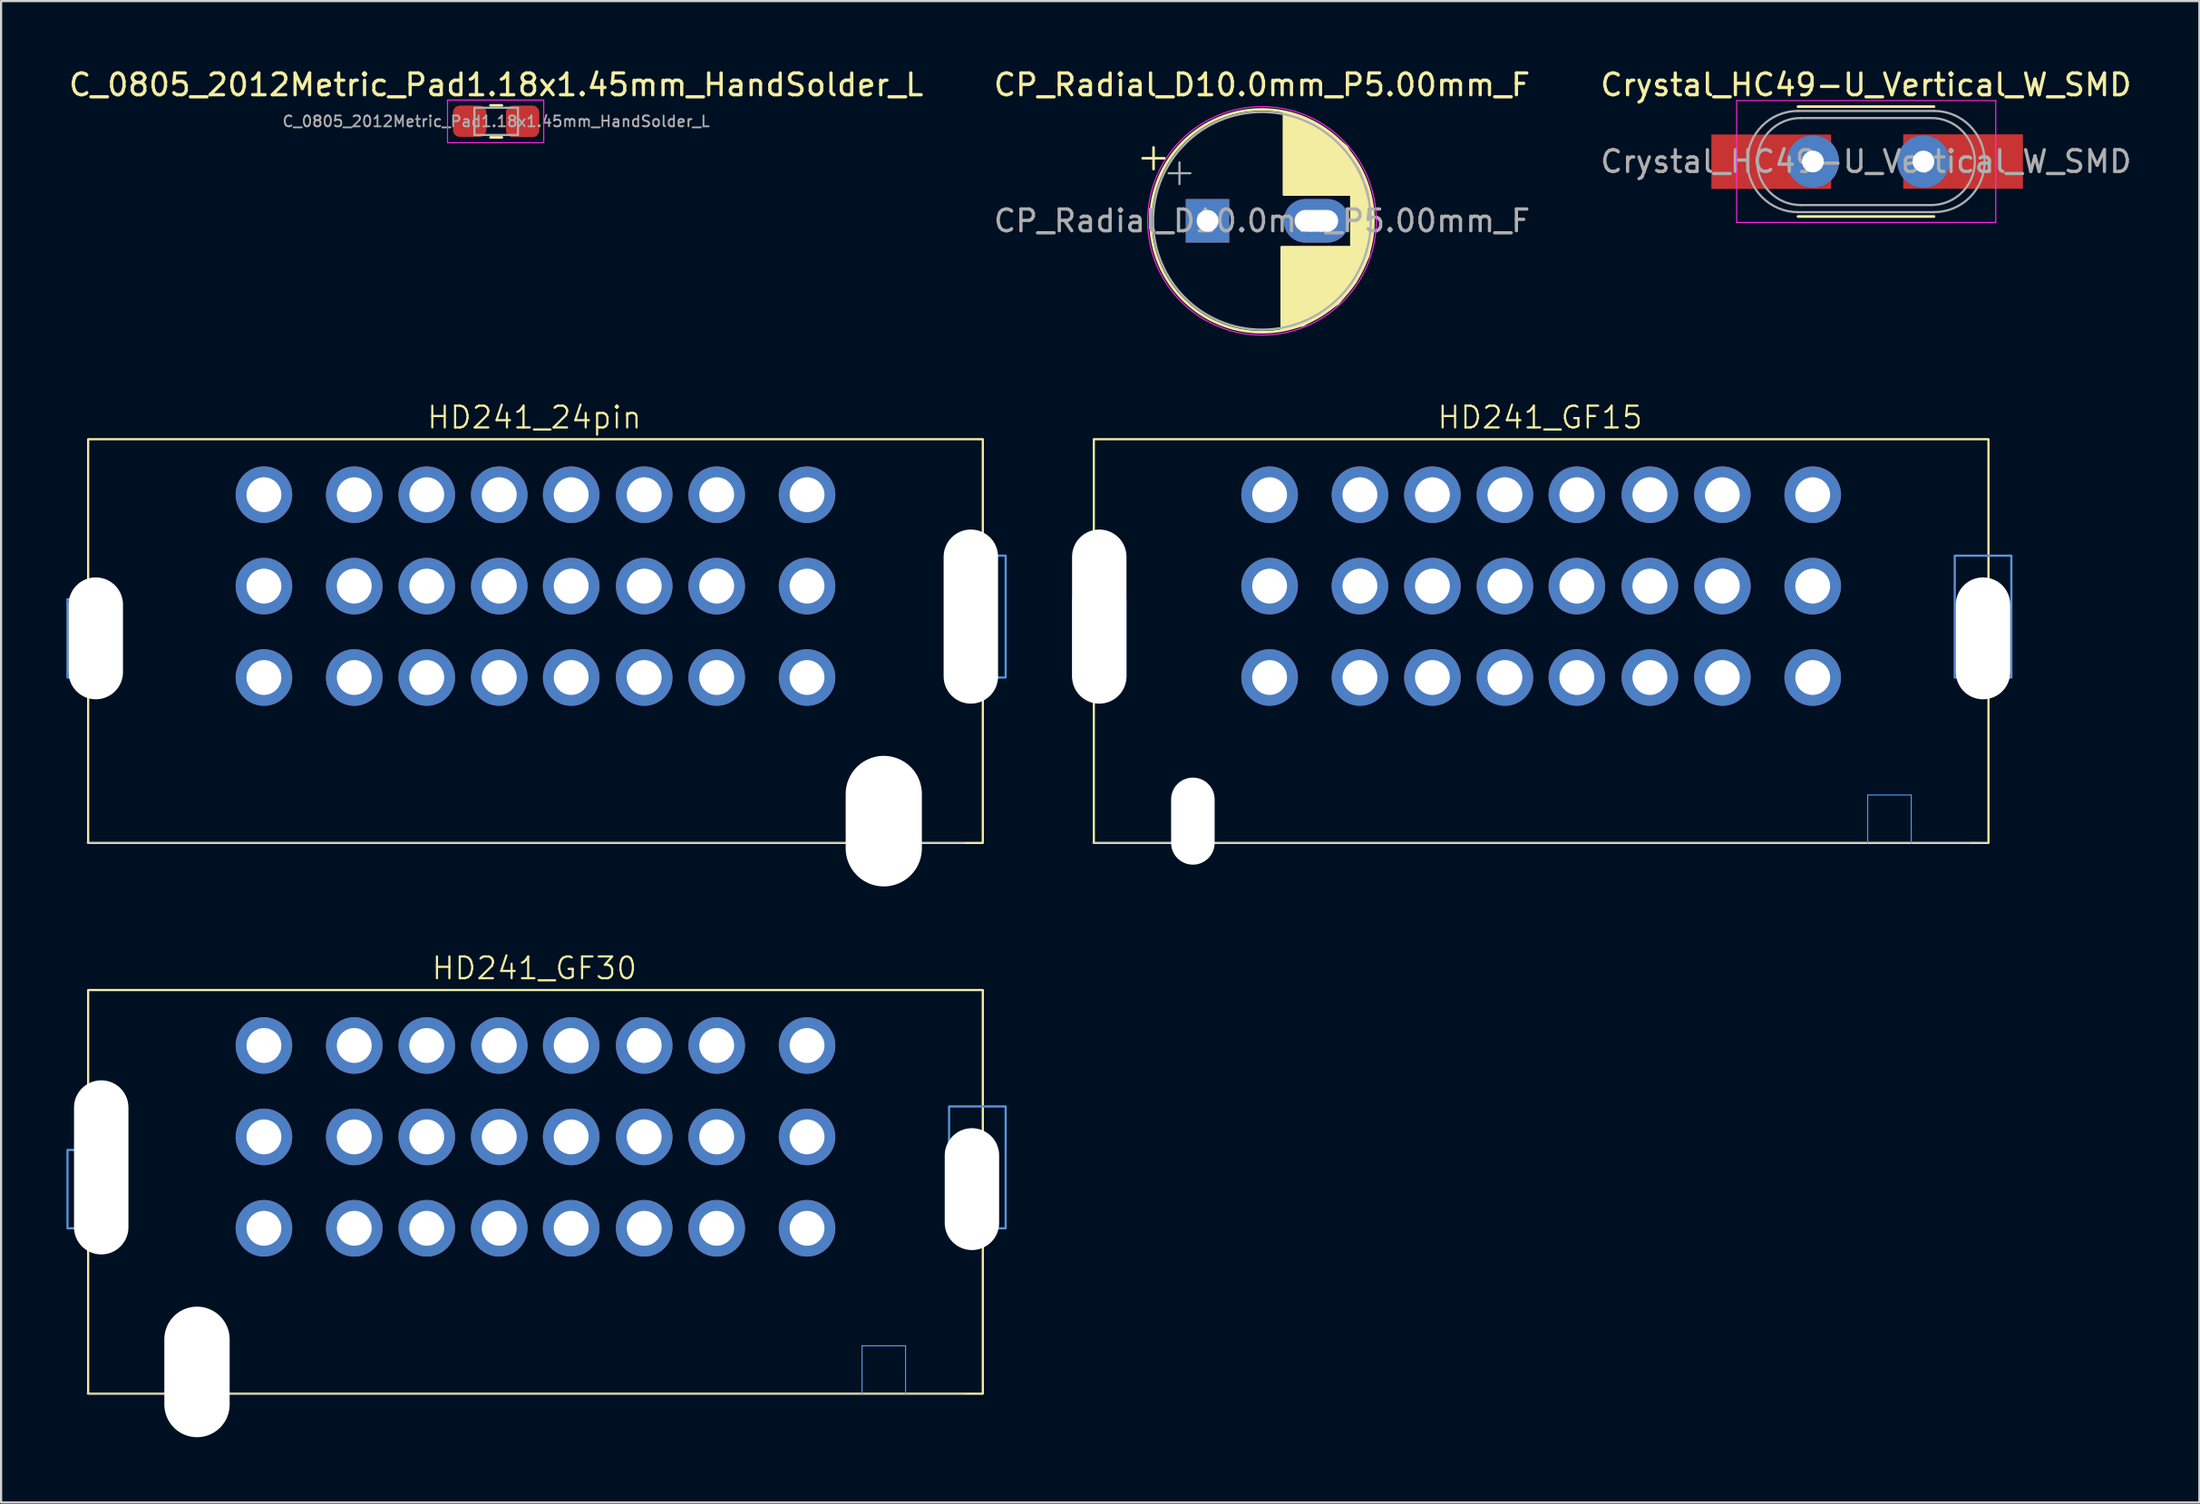
<source format=kicad_pcb>
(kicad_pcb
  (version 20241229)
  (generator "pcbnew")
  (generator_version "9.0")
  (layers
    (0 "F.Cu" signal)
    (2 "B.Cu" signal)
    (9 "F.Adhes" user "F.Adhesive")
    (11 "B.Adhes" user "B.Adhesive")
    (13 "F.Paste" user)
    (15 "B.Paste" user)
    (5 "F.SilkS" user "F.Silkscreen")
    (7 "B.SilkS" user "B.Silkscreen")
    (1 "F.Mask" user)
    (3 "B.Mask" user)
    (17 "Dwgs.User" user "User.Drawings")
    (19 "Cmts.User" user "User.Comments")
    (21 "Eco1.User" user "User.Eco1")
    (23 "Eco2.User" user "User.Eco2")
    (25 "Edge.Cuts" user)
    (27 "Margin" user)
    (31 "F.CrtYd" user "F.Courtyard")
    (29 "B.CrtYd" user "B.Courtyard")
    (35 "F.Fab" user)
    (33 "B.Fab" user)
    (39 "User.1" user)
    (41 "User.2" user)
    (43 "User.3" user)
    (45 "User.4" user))
  (footprint "HD241_24pin"
    (layer "F.Cu")
    (at 21.55 19.684)
    (property "Reference" "HD241_24pin" (at -0.05 -3.55 0) (unlocked yes) (layer "F.SilkS") (effects (font (size 1 1) (thickness 0.1))))
    (attr through_hole)
    (fp_rect (start -20.55 -2.55) (end 20.55 16) (stroke (width 0.1) (type default)) (fill no) (layer "F.SilkS"))
    (fp_line (start 19.7 16) (end -20.6 16) (stroke (width 0.05) (type default)) (layer "Dwgs.User"))
    (fp_line (start 15 13.8) (end 15 16) (stroke (width 0.05) (type default)) (layer "Cmts.User"))
    (fp_line (start 15 13.8) (end 17 13.8) (stroke (width 0.05) (type default)) (layer "Cmts.User"))
    (fp_line (start 17 13.8) (end 17 16) (stroke (width 0.05) (type default)) (layer "Cmts.User"))
    (fp_rect (start -21.5 8.4) (end -19.1 4.8) (stroke (width 0.1) (type default)) (fill no) (layer "Cmts.User"))
    (fp_rect (start 19 8.4) (end 21.6 2.8) (stroke (width 0.1) (type default)) (fill no) (layer "Cmts.User"))
    (pad "" np_thru_hole oval (at -20.2 6.6) (size 2.5 5.6) (drill oval 2.5 5.6) (layers "*.Cu" "*.Mask"))
    (pad "" np_thru_hole oval (at 16 15) (size 3.5 6) (drill oval 3.5 6) (layers "*.Cu" "*.Mask"))
    (pad "" np_thru_hole oval (at 20 5.6) (size 2.5 8) (drill oval 2.5 8) (layers "*.Cu" "*.Mask"))
    (pad "1" thru_hole circle (at -12.475 0) (size 2.6 2.6) (drill 1.6) (layers "*.Cu" "*.Mask"))
    (pad "2" thru_hole circle (at -8.325 0) (size 2.6 2.6) (drill 1.6) (layers "*.Cu" "*.Mask"))
    (pad "3" thru_hole circle (at -4.995 0) (size 2.6 2.6) (drill 1.6) (layers "*.Cu" "*.Mask"))
    (pad "4" thru_hole circle (at -1.665 0) (size 2.6 2.6) (drill 1.6) (layers "*.Cu" "*.Mask"))
    (pad "5" thru_hole circle (at 1.64 0) (size 2.6 2.6) (drill 1.6) (layers "*.Cu" "*.Mask"))
    (pad "6" thru_hole circle (at 4.995 0) (size 2.6 2.6) (drill 1.6) (layers "*.Cu" "*.Mask"))
    (pad "7" thru_hole circle (at 8.325 0) (size 2.6 2.6) (drill 1.6) (layers "*.Cu" "*.Mask"))
    (pad "8" thru_hole circle (at 12.475 0) (size 2.6 2.6) (drill 1.6) (layers "*.Cu" "*.Mask"))
    (pad "9" thru_hole circle (at -12.475 4.2) (size 2.6 2.6) (drill 1.6) (layers "*.Cu" "*.Mask"))
    (pad "10" thru_hole circle (at -8.325 4.2) (size 2.6 2.6) (drill 1.6) (layers "*.Cu" "*.Mask"))
    (pad "11" thru_hole circle (at -4.995 4.2) (size 2.6 2.6) (drill 1.6) (layers "*.Cu" "*.Mask"))
    (pad "12" thru_hole circle (at -1.665 4.2) (size 2.6 2.6) (drill 1.6) (layers "*.Cu" "*.Mask"))
    (pad "13" thru_hole circle (at 1.64 4.2) (size 2.6 2.6) (drill 1.6) (layers "*.Cu" "*.Mask"))
    (pad "14" thru_hole circle (at 4.995 4.2) (size 2.6 2.6) (drill 1.6) (layers "*.Cu" "*.Mask"))
    (pad "15" thru_hole circle (at 8.325 4.2) (size 2.6 2.6) (drill 1.6) (layers "*.Cu" "*.Mask"))
    (pad "16" thru_hole circle (at 12.475 4.2) (size 2.6 2.6) (drill 1.6) (layers "*.Cu" "*.Mask"))
    (pad "17" thru_hole circle (at -12.475 8.4) (size 2.6 2.6) (drill 1.6) (layers "*.Cu" "*.Mask"))
    (pad "18" thru_hole circle (at -8.325 8.4) (size 2.6 2.6) (drill 1.6) (layers "*.Cu" "*.Mask"))
    (pad "19" thru_hole circle (at -4.995 8.4) (size 2.6 2.6) (drill 1.6) (layers "*.Cu" "*.Mask"))
    (pad "20" thru_hole circle (at -1.665 8.4) (size 2.6 2.6) (drill 1.6) (layers "*.Cu" "*.Mask"))
    (pad "21" thru_hole circle (at 1.64 8.4) (size 2.6 2.6) (drill 1.6) (layers "*.Cu" "*.Mask"))
    (pad "22" thru_hole circle (at 4.995 8.4) (size 2.6 2.6) (drill 1.6) (layers "*.Cu" "*.Mask"))
    (pad "23" thru_hole circle (at 8.325 8.4) (size 2.6 2.6) (drill 1.6) (layers "*.Cu" "*.Mask"))
    (pad "24" thru_hole circle (at 12.475 8.4) (size 2.6 2.6) (drill 1.6) (layers "*.Cu" "*.Mask")))
  (footprint "HD241_GF30"
    (layer "F.Cu")
    (at 1 42.444)
    (property "Reference" "HD241_GF30" (at 20.5 -1 0) (unlocked yes) (layer "F.SilkS") (effects (font (size 1 1) (thickness 0.1))))
    (attr through_hole)
    (fp_rect (start 0 0) (end 41.1 18.55) (stroke (width 0.1) (type default)) (fill no) (layer "F.SilkS"))
    (fp_line (start 40.25 18.55) (end -0.05 18.55) (stroke (width 0.05) (type default)) (layer "Dwgs.User"))
    (fp_line (start 35.55 16.35) (end 35.55 18.55) (stroke (width 0.05) (type default)) (layer "Cmts.User"))
    (fp_line (start 35.55 16.35) (end 37.55 16.35) (stroke (width 0.05) (type default)) (layer "Cmts.User"))
    (fp_line (start 37.55 16.35) (end 37.55 18.55) (stroke (width 0.05) (type default)) (layer "Cmts.User"))
    (fp_rect (start -0.95 10.95) (end 1.45 7.35) (stroke (width 0.1) (type default)) (fill no) (layer "Cmts.User"))
    (fp_rect (start 39.55 10.95) (end 42.15 5.35) (stroke (width 0.1) (type default)) (fill no) (layer "Cmts.User"))
    (pad "" np_thru_hole oval (at 0.6 8.15) (size 2.5 8) (drill oval 2.5 8) (layers "*.Cu" "*.Mask"))
    (pad "" np_thru_hole oval (at 5 17.55) (size 3 6) (drill oval 3 6) (layers "*.Cu" "*.Mask"))
    (pad "" np_thru_hole oval (at 40.6 9.15) (size 2.5 5.6) (drill oval 2.5 5.6) (layers "*.Cu" "*.Mask"))
    (pad "1" thru_hole circle (at 8.075 2.55) (size 2.6 2.6) (drill 1.6) (layers "*.Cu" "*.Mask"))
    (pad "2" thru_hole circle (at 12.225 2.55) (size 2.6 2.6) (drill 1.6) (layers "*.Cu" "*.Mask"))
    (pad "3" thru_hole circle (at 15.555 2.55) (size 2.6 2.6) (drill 1.6) (layers "*.Cu" "*.Mask"))
    (pad "4" thru_hole circle (at 18.885 2.55) (size 2.6 2.6) (drill 1.6) (layers "*.Cu" "*.Mask"))
    (pad "5" thru_hole circle (at 22.19 2.55) (size 2.6 2.6) (drill 1.6) (layers "*.Cu" "*.Mask"))
    (pad "6" thru_hole circle (at 25.545 2.55) (size 2.6 2.6) (drill 1.6) (layers "*.Cu" "*.Mask"))
    (pad "7" thru_hole circle (at 28.875 2.55) (size 2.6 2.6) (drill 1.6) (layers "*.Cu" "*.Mask"))
    (pad "8" thru_hole circle (at 33.025 2.55) (size 2.6 2.6) (drill 1.6) (layers "*.Cu" "*.Mask"))
    (pad "9" thru_hole circle (at 8.075 6.75) (size 2.6 2.6) (drill 1.6) (layers "*.Cu" "*.Mask"))
    (pad "10" thru_hole circle (at 12.225 6.75) (size 2.6 2.6) (drill 1.6) (layers "*.Cu" "*.Mask"))
    (pad "11" thru_hole circle (at 15.555 6.75) (size 2.6 2.6) (drill 1.6) (layers "*.Cu" "*.Mask"))
    (pad "12" thru_hole circle (at 18.885 6.75) (size 2.6 2.6) (drill 1.6) (layers "*.Cu" "*.Mask"))
    (pad "13" thru_hole circle (at 22.19 6.75) (size 2.6 2.6) (drill 1.6) (layers "*.Cu" "*.Mask"))
    (pad "14" thru_hole circle (at 25.545 6.75) (size 2.6 2.6) (drill 1.6) (layers "*.Cu" "*.Mask"))
    (pad "15" thru_hole circle (at 28.875 6.75) (size 2.6 2.6) (drill 1.6) (layers "*.Cu" "*.Mask"))
    (pad "16" thru_hole circle (at 33.025 6.75) (size 2.6 2.6) (drill 1.6) (layers "*.Cu" "*.Mask"))
    (pad "17" thru_hole circle (at 8.075 10.95) (size 2.6 2.6) (drill 1.6) (layers "*.Cu" "*.Mask"))
    (pad "18" thru_hole circle (at 12.225 10.95) (size 2.6 2.6) (drill 1.6) (layers "*.Cu" "*.Mask"))
    (pad "19" thru_hole circle (at 15.555 10.95) (size 2.6 2.6) (drill 1.6) (layers "*.Cu" "*.Mask"))
    (pad "20" thru_hole circle (at 18.885 10.95) (size 2.6 2.6) (drill 1.6) (layers "*.Cu" "*.Mask"))
    (pad "21" thru_hole circle (at 22.19 10.95) (size 2.6 2.6) (drill 1.6) (layers "*.Cu" "*.Mask"))
    (pad "22" thru_hole circle (at 25.545 10.95) (size 2.6 2.6) (drill 1.6) (layers "*.Cu" "*.Mask"))
    (pad "23" thru_hole circle (at 28.875 10.95) (size 2.6 2.6) (drill 1.6) (layers "*.Cu" "*.Mask"))
    (pad "24" thru_hole circle (at 33.025 10.95) (size 2.6 2.6) (drill 1.6) (layers "*.Cu" "*.Mask")))
  (footprint "CP_Radial_D10.0mm_P5.00mm_F"
    (layer "F.Cu")
    (at 52.423 7.098)
    (property "Reference" "CP_Radial_D10.0mm_P5.00mm_F" (at 2.5 -6.25 0) (layer "F.SilkS") (effects (font (size 1 1) (thickness 0.15))))
    (attr through_hole)
    (fp_line (start -2.98 -2.875) (end -1.98 -2.875) (stroke (width 0.12) (type solid)) (layer "F.SilkS"))
    (fp_line (start -2.48 -3.375) (end -2.48 -2.375) (stroke (width 0.12) (type solid)) (layer "F.SilkS"))
    (fp_circle (center 2.5 0) (end 7.62 0) (stroke (width 0.12) (type solid)) (fill no) (layer "F.SilkS"))
    (fp_poly (pts (xy 3.5 -1.2) (xy 3.5 -5) (xy 4.2 -4.8) (xy 5.4 -4.2) (xy 6.4 -3.4) (xy 7.2 -1.8) (xy 7.6 -0.4) (xy 7.4 1.6) (xy 6.8 2.8) (xy 6 3.8) (xy 4.4 4.8) (xy 3.4 5) (xy 3.4 1.2) (xy 6.6 1.2) (xy 6.6 -1.2)) (stroke (width 0.1) (type solid)) (fill yes) (layer "F.SilkS"))
    (fp_circle (center 2.5 0) (end 7.75 0) (stroke (width 0.05) (type solid)) (fill no) (layer "F.CrtYd"))
    (fp_line (start -1.789 -2.188) (end -0.789 -2.188) (stroke (width 0.1) (type solid)) (layer "F.Fab"))
    (fp_line (start -1.289 -2.688) (end -1.289 -1.688) (stroke (width 0.1) (type solid)) (layer "F.Fab"))
    (fp_circle (center 2.5 0) (end 7.5 0) (stroke (width 0.1) (type solid)) (fill no) (layer "F.Fab"))
    (fp_text user "${REFERENCE}" (at 2.5 0 0) (layer "F.Fab") (effects (font (size 1 1) (thickness 0.15))))
    (pad "1" thru_hole rect (at 0 0) (size 2 2) (drill 1) (layers "*.Cu" "*.Mask"))
    (pad "2" thru_hole oval (at 5 0) (size 3 2) (drill oval 2 1) (layers "*.Cu" "*.Mask")))
  (footprint "Crystal_HC49-U_Vertical_W_SMD"
    (layer "F.Cu")
    (at 80.233 4.373)
    (property "Reference" "Crystal_HC49-U_Vertical_W_SMD" (at 2.44 -3.525 0) (layer "F.SilkS") (effects (font (size 1 1) (thickness 0.15))))
    (attr through_hole)
    (fp_line (start -0.685 -2.525) (end 5.565 -2.525) (stroke (width 0.12) (type solid)) (layer "F.SilkS"))
    (fp_line (start -0.685 2.525) (end 5.565 2.525) (stroke (width 0.12) (type solid)) (layer "F.SilkS"))
    (fp_line (start -3.5 -2.8) (end -3.5 2.8) (stroke (width 0.05) (type solid)) (layer "F.CrtYd"))
    (fp_line (start -3.5 2.8) (end 8.4 2.8) (stroke (width 0.05) (type solid)) (layer "F.CrtYd"))
    (fp_line (start 8.4 -2.8) (end -3.5 -2.8) (stroke (width 0.05) (type solid)) (layer "F.CrtYd"))
    (fp_line (start 8.4 2.8) (end 8.4 -2.8) (stroke (width 0.05) (type solid)) (layer "F.CrtYd"))
    (fp_line (start -0.685 -2.325) (end 5.565 -2.325) (stroke (width 0.1) (type solid)) (layer "F.Fab"))
    (fp_line (start -0.685 2.325) (end 5.565 2.325) (stroke (width 0.1) (type solid)) (layer "F.Fab"))
    (fp_line (start -0.56 -2) (end 5.44 -2) (stroke (width 0.1) (type solid)) (layer "F.Fab"))
    (fp_line (start -0.56 2) (end 5.44 2) (stroke (width 0.1) (type solid)) (layer "F.Fab"))
    (fp_arc (start -0.685 2.325) (mid -3.01 0) (end -0.685 -2.325) (stroke (width 0.1) (type solid)) (layer "F.Fab"))
    (fp_arc (start -0.56 2) (mid -2.56 0) (end -0.56 -2) (stroke (width 0.1) (type solid)) (layer "F.Fab"))
    (fp_arc (start 5.44 -2) (mid 7.44 0) (end 5.44 2) (stroke (width 0.1) (type solid)) (layer "F.Fab"))
    (fp_arc (start 5.565 -2.325) (mid 7.89 0) (end 5.565 2.325) (stroke (width 0.1) (type solid)) (layer "F.Fab"))
    (fp_text user "${REFERENCE}" (at 2.44 0 0) (layer "F.Fab") (effects (font (size 1 1) (thickness 0.15))))
    (pad "1" thru_hole circle (at 0 0) (size 2.4 2.4) (drill 1) (layers "*.Cu" "*.Mask"))
    (pad "1" smd rect (at 0 0) (size 5.5 2.5) (drill (offset -1.913 0.008)) (layers "F.Cu" "F.Mask" "F.Paste"))
    (pad "2" smd rect (at 4.9 0) (size 5.5 2.5) (drill (offset 2 0)) (layers "F.Cu" "F.Mask" "F.Paste"))
    (pad "2" thru_hole circle (at 5.08 0) (size 2.4 2.4) (drill 1) (layers "*.Cu" "*.Mask")))
  (footprint "HD241_GF15"
    (layer "F.Cu")
    (at 67.75 19.684)
    (property "Reference" "HD241_GF15" (at -0.05 -3.55 0) (unlocked yes) (layer "F.SilkS") (effects (font (size 1 1) (thickness 0.1))))
    (attr through_hole)
    (fp_rect (start -20.55 -2.55) (end 20.55 16) (stroke (width 0.1) (type default)) (fill no) (layer "F.SilkS"))
    (fp_line (start 19.7 16) (end -20.6 16) (stroke (width 0.05) (type default)) (layer "Dwgs.User"))
    (fp_line (start 15 13.8) (end 15 16) (stroke (width 0.05) (type default)) (layer "Cmts.User"))
    (fp_line (start 15 13.8) (end 17 13.8) (stroke (width 0.05) (type default)) (layer "Cmts.User"))
    (fp_line (start 17 13.8) (end 17 16) (stroke (width 0.05) (type default)) (layer "Cmts.User"))
    (fp_rect (start -21.5 8.4) (end -19.1 4.8) (stroke (width 0.1) (type default)) (fill no) (layer "Cmts.User"))
    (fp_rect (start 19 8.4) (end 21.6 2.8) (stroke (width 0.1) (type default)) (fill no) (layer "Cmts.User"))
    (fp_line (start 17 16) (end 20.5 16) (stroke (width 0.05) (type default)) (layer "Edge.Cuts"))
    (pad "" np_thru_hole oval (at -20.3 5.6) (size 2.5 8) (drill oval 2.5 8) (layers "*.Cu" "*.Mask"))
    (pad "" np_thru_hole oval (at -16 15) (size 2 4) (drill oval 3.5 4) (layers "*.Cu" "*.Mask"))
    (pad "" np_thru_hole oval (at 20.3 6.6) (size 2.5 5.6) (drill oval 2.5 5.6) (layers "*.Cu" "*.Mask"))
    (pad "1" thru_hole circle (at -12.475 0) (size 2.6 2.6) (drill 1.6) (layers "*.Cu" "*.Mask"))
    (pad "2" thru_hole circle (at -8.325 0) (size 2.6 2.6) (drill 1.6) (layers "*.Cu" "*.Mask"))
    (pad "3" thru_hole circle (at -4.995 0) (size 2.6 2.6) (drill 1.6) (layers "*.Cu" "*.Mask"))
    (pad "4" thru_hole circle (at -1.665 0) (size 2.6 2.6) (drill 1.6) (layers "*.Cu" "*.Mask"))
    (pad "5" thru_hole circle (at 1.64 0) (size 2.6 2.6) (drill 1.6) (layers "*.Cu" "*.Mask"))
    (pad "6" thru_hole circle (at 4.995 0) (size 2.6 2.6) (drill 1.6) (layers "*.Cu" "*.Mask"))
    (pad "7" thru_hole circle (at 8.325 0) (size 2.6 2.6) (drill 1.6) (layers "*.Cu" "*.Mask"))
    (pad "8" thru_hole circle (at 12.475 0) (size 2.6 2.6) (drill 1.6) (layers "*.Cu" "*.Mask"))
    (pad "9" thru_hole circle (at -12.475 4.2) (size 2.6 2.6) (drill 1.6) (layers "*.Cu" "*.Mask"))
    (pad "10" thru_hole circle (at -8.325 4.2) (size 2.6 2.6) (drill 1.6) (layers "*.Cu" "*.Mask"))
    (pad "11" thru_hole circle (at -4.995 4.2) (size 2.6 2.6) (drill 1.6) (layers "*.Cu" "*.Mask"))
    (pad "12" thru_hole circle (at -1.665 4.2) (size 2.6 2.6) (drill 1.6) (layers "*.Cu" "*.Mask"))
    (pad "13" thru_hole circle (at 1.64 4.2) (size 2.6 2.6) (drill 1.6) (layers "*.Cu" "*.Mask"))
    (pad "14" thru_hole circle (at 4.995 4.2) (size 2.6 2.6) (drill 1.6) (layers "*.Cu" "*.Mask"))
    (pad "15" thru_hole circle (at 8.325 4.2) (size 2.6 2.6) (drill 1.6) (layers "*.Cu" "*.Mask"))
    (pad "16" thru_hole circle (at 12.475 4.2) (size 2.6 2.6) (drill 1.6) (layers "*.Cu" "*.Mask"))
    (pad "17" thru_hole circle (at -12.475 8.4) (size 2.6 2.6) (drill 1.6) (layers "*.Cu" "*.Mask"))
    (pad "18" thru_hole circle (at -8.325 8.4) (size 2.6 2.6) (drill 1.6) (layers "*.Cu" "*.Mask"))
    (pad "19" thru_hole circle (at -4.995 8.4) (size 2.6 2.6) (drill 1.6) (layers "*.Cu" "*.Mask"))
    (pad "20" thru_hole circle (at -1.665 8.4) (size 2.6 2.6) (drill 1.6) (layers "*.Cu" "*.Mask"))
    (pad "21" thru_hole circle (at 1.64 8.4) (size 2.6 2.6) (drill 1.6) (layers "*.Cu" "*.Mask"))
    (pad "22" thru_hole circle (at 4.995 8.4) (size 2.6 2.6) (drill 1.6) (layers "*.Cu" "*.Mask"))
    (pad "23" thru_hole circle (at 8.325 8.4) (size 2.6 2.6) (drill 1.6) (layers "*.Cu" "*.Mask"))
    (pad "24" thru_hole circle (at 12.475 8.4) (size 2.6 2.6) (drill 1.6) (layers "*.Cu" "*.Mask")))
  (footprint "C_0805_2012Metric_Pad1.18x1.45mm_HandSolder_L"
    (layer "F.Cu")
    (at 19.744 2.528)
    (property "Reference" "C_0805_2012Metric_Pad1.18x1.45mm_HandSolder_L" (at 0 -1.68 0) (layer "F.SilkS") (effects (font (size 1 1) (thickness 0.15))))
    (attr smd)
    (fp_line (start -0.261 -0.735) (end 0.261 -0.735) (stroke (width 0.12) (type solid)) (layer "F.SilkS"))
    (fp_line (start -0.261 0.735) (end 0.261 0.735) (stroke (width 0.12) (type solid)) (layer "F.SilkS"))
    (fp_line (start -2.235 -0.98) (end 2.184 -0.98) (stroke (width 0.05) (type solid)) (layer "F.CrtYd"))
    (fp_line (start -2.235 0.98) (end -2.235 -0.98) (stroke (width 0.05) (type solid)) (layer "F.CrtYd"))
    (fp_line (start 2.184 -0.98) (end 2.184 0.98) (stroke (width 0.05) (type solid)) (layer "F.CrtYd"))
    (fp_line (start 2.184 0.98) (end -2.235 0.98) (stroke (width 0.05) (type solid)) (layer "F.CrtYd"))
    (fp_line (start -1 -0.625) (end 1 -0.625) (stroke (width 0.1) (type solid)) (layer "F.Fab"))
    (fp_line (start -1 0.625) (end -1 -0.625) (stroke (width 0.1) (type solid)) (layer "F.Fab"))
    (fp_line (start 1 -0.625) (end 1 0.625) (stroke (width 0.1) (type solid)) (layer "F.Fab"))
    (fp_line (start 1 0.625) (end -1 0.625) (stroke (width 0.1) (type solid)) (layer "F.Fab"))
    (fp_text user "${REFERENCE}" (at 0 0 0) (layer "F.Fab") (effects (font (size 0.5 0.5) (thickness 0.08))))
    (pad "1" smd roundrect (at -1.216 -0.007) (size 1.531 1.436) (layers "F.Cu" "F.Mask" "F.Paste") (roundrect_rratio 0.213))
    (pad "2" smd roundrect (at 1.216 0) (size 1.531 1.45) (layers "F.Cu" "F.Mask" "F.Paste") (roundrect_rratio 0.213)))
  (gr_rect
    (start -3 -3)
    (end 97.988 65.994)
    (stroke (width 0.1) (type default))
    (fill no)
    (layer "Edge.Cuts")))
</source>
